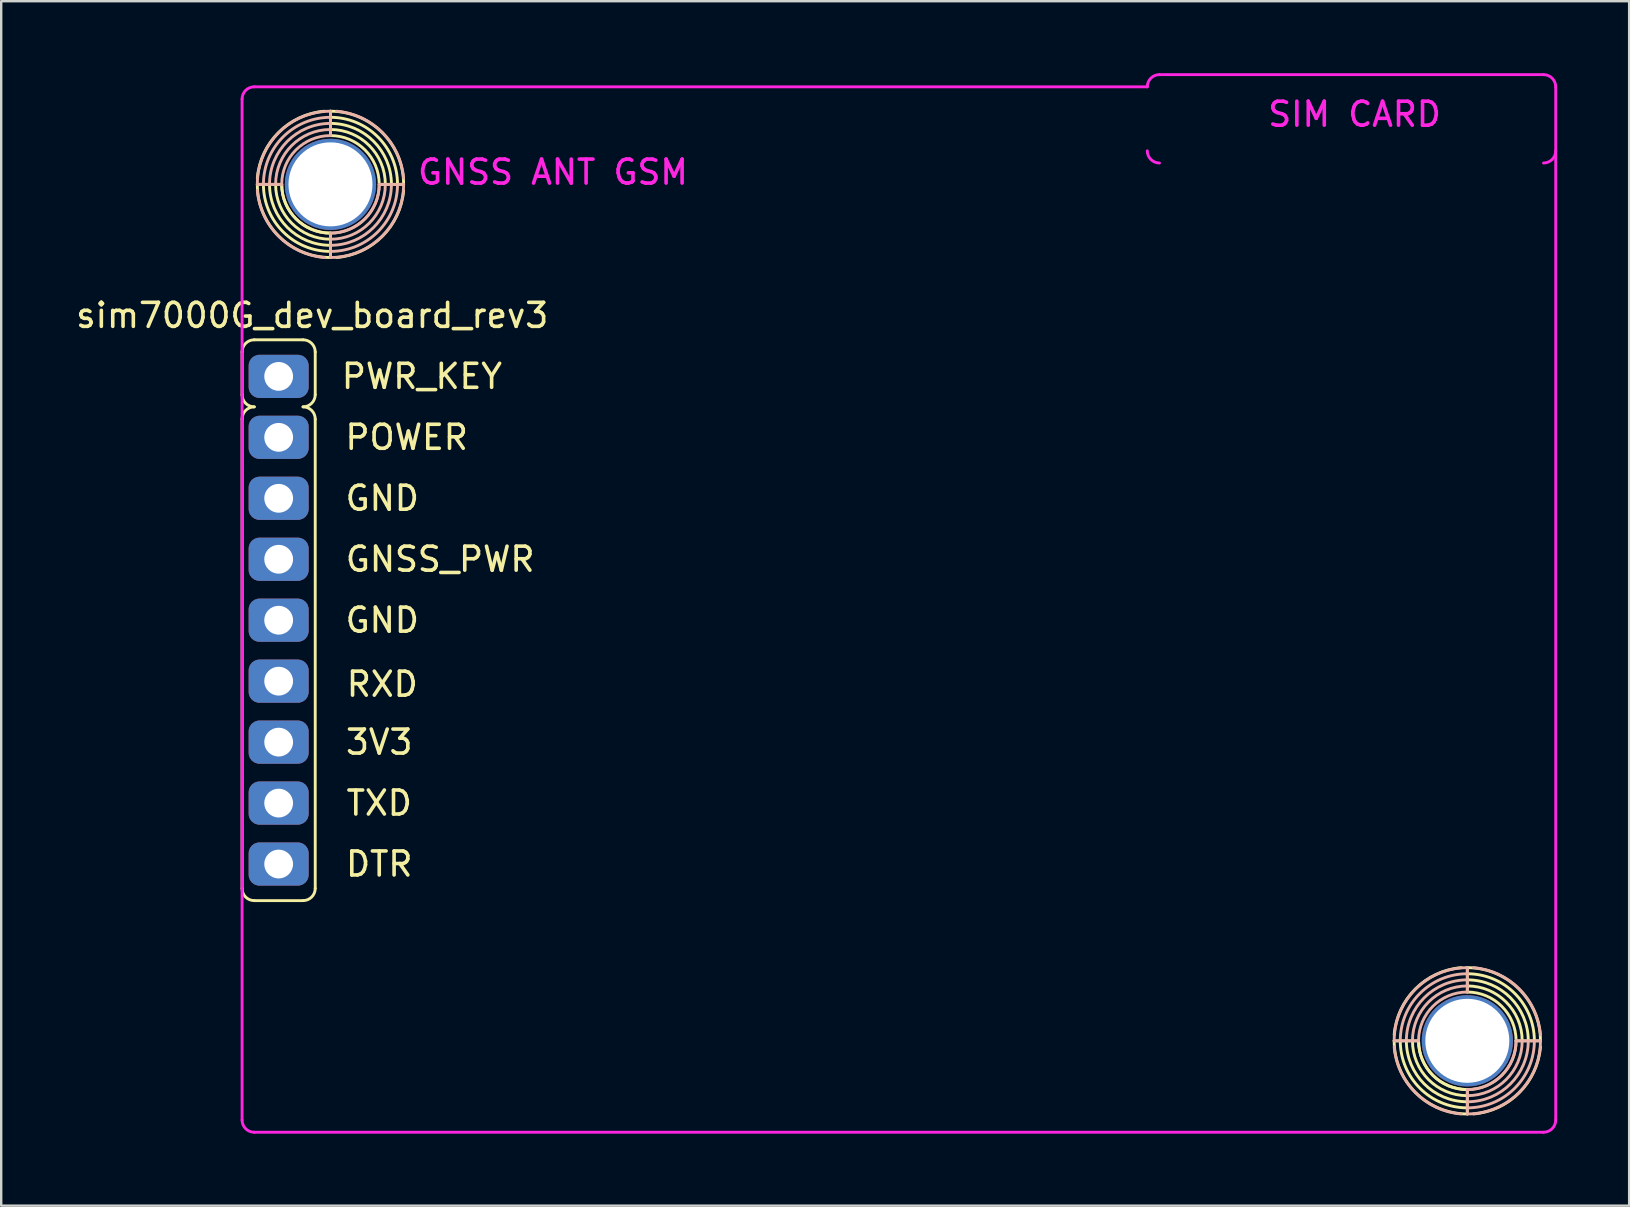
<source format=kicad_pcb>
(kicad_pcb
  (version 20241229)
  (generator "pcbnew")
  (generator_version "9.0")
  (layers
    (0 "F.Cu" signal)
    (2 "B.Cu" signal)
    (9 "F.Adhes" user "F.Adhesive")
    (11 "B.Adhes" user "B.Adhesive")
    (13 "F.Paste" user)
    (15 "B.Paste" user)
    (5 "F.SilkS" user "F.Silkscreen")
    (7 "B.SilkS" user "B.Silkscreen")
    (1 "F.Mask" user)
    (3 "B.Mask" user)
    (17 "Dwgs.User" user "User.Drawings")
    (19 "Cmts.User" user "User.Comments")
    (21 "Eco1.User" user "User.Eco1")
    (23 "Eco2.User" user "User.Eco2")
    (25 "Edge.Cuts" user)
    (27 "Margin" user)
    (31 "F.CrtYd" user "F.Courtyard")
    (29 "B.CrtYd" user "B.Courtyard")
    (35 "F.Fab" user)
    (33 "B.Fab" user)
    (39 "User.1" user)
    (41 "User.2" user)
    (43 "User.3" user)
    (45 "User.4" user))
  (footprint "sim7000G_dev_board_rev3"
    (layer "F.Cu")
    (at 8.561 12.633)
    (property "Reference" "sim7000G_dev_board_rev3" (at 1.397 -2.54 0) (layer "F.SilkS") (effects (font (size 1 1) (thickness 0.15))))
    (attr through_hole)
    (fp_line (start -1.524 -1.016) (end -1.524 0.762) (stroke (width 0.12) (type solid)) (layer "F.SilkS"))
    (fp_line (start -1.524 1.778) (end -1.524 21.336) (stroke (width 0.12) (type solid)) (layer "F.SilkS"))
    (fp_line (start -1.016 -1.524) (end 1.016 -1.524) (stroke (width 0.12) (type solid)) (layer "F.SilkS"))
    (fp_line (start -1.016 21.844) (end 1.016 21.844) (stroke (width 0.12) (type solid)) (layer "F.SilkS"))
    (fp_line (start -0.889 -8.001) (end 0.127 -8.001) (stroke (width 0.12) (type solid)) (layer "F.SilkS"))
    (fp_line (start 1.524 -1.016) (end 1.524 0.762) (stroke (width 0.12) (type solid)) (layer "F.SilkS"))
    (fp_line (start 1.524 21.336) (end 1.524 1.778) (stroke (width 0.12) (type solid)) (layer "F.SilkS"))
    (fp_line (start 2.159 -11.049) (end 2.159 -10.033) (stroke (width 0.12) (type solid)) (layer "F.SilkS"))
    (fp_line (start 2.159 -4.953) (end 2.159 -5.969) (stroke (width 0.12) (type solid)) (layer "F.SilkS"))
    (fp_line (start 5.207 -8.001) (end 4.191 -8.001) (stroke (width 0.12) (type solid)) (layer "F.SilkS"))
    (fp_line (start 46.482 27.686) (end 47.498 27.686) (stroke (width 0.12) (type solid)) (layer "F.SilkS"))
    (fp_line (start 49.53 24.638) (end 49.53 25.654) (stroke (width 0.12) (type solid)) (layer "F.SilkS"))
    (fp_line (start 49.53 30.734) (end 49.53 29.718) (stroke (width 0.12) (type solid)) (layer "F.SilkS"))
    (fp_line (start 52.578 27.686) (end 51.562 27.686) (stroke (width 0.12) (type solid)) (layer "F.SilkS"))
    (fp_arc (start -1.524 -1.016) (mid -1.37521 -1.37521) (end -1.016 -1.524) (stroke (width 0.12) (type solid)) (layer "F.SilkS"))
    (fp_arc (start -1.524 1.778) (mid -1.37521 1.41879) (end -1.016 1.27) (stroke (width 0.12) (type solid)) (layer "F.SilkS"))
    (fp_arc (start -1.016 1.27) (mid -1.37521 1.12121) (end -1.524 0.762) (stroke (width 0.12) (type solid)) (layer "F.SilkS"))
    (fp_arc (start -1.016 21.844) (mid -1.37521 21.69521) (end -1.524 21.336) (stroke (width 0.12) (type solid)) (layer "F.SilkS"))
    (fp_arc (start -0.889 -8.255) (mid -0.003732 -10.163732) (end 1.905 -11.049) (stroke (width 0.12) (type solid)) (layer "F.SilkS"))
    (fp_arc (start 1.016 -1.524) (mid 1.37521 -1.37521) (end 1.524 -1.016) (stroke (width 0.12) (type solid)) (layer "F.SilkS"))
    (fp_arc (start 1.016 1.27) (mid 1.37521 1.41879) (end 1.524 1.778) (stroke (width 0.12) (type solid)) (layer "F.SilkS"))
    (fp_arc (start 1.524 0.762) (mid 1.37521 1.12121) (end 1.016 1.27) (stroke (width 0.12) (type solid)) (layer "F.SilkS"))
    (fp_arc (start 1.524 21.336) (mid 1.37521 21.69521) (end 1.016 21.844) (stroke (width 0.12) (type solid)) (layer "F.SilkS"))
    (fp_arc (start 2.159 -11.049) (mid 4.314261 -10.156261) (end 5.207 -8.001) (stroke (width 0.12) (type solid)) (layer "F.SilkS"))
    (fp_arc (start 2.159 -10.795) (mid 4.134656 -9.976656) (end 4.953 -8.001) (stroke (width 0.12) (type solid)) (layer "F.SilkS"))
    (fp_arc (start 2.159 -10.541) (mid 3.955051 -9.797051) (end 4.699 -8.001) (stroke (width 0.12) (type solid)) (layer "F.SilkS"))
    (fp_arc (start 2.159 -10.287) (mid 3.775446 -9.617446) (end 4.445 -8.001) (stroke (width 0.12) (type solid)) (layer "F.SilkS"))
    (fp_arc (start 2.159 -10.033) (mid 3.595841 -9.437841) (end 4.191 -8.001) (stroke (width 0.12) (type solid)) (layer "F.SilkS"))
    (fp_arc (start 2.159 -5.969) (mid 0.722159 -6.564159) (end 0.127 -8.001) (stroke (width 0.12) (type solid)) (layer "F.SilkS"))
    (fp_arc (start 2.159 -5.969) (mid 0.722159 -6.564159) (end 0.127 -8.001) (stroke (width 0.12) (type solid)) (layer "F.SilkS"))
    (fp_arc (start 2.159 -5.715) (mid 0.542554 -6.384554) (end -0.127 -8.001) (stroke (width 0.12) (type solid)) (layer "F.SilkS"))
    (fp_arc (start 2.159 -5.461) (mid 0.362949 -6.204949) (end -0.381 -8.001) (stroke (width 0.12) (type solid)) (layer "F.SilkS"))
    (fp_arc (start 2.159 -5.207) (mid 0.183344 -6.025344) (end -0.635 -8.001) (stroke (width 0.12) (type solid)) (layer "F.SilkS"))
    (fp_arc (start 2.159 -4.953) (mid 0.003739 -5.845739) (end -0.889 -8.001) (stroke (width 0.12) (type solid)) (layer "F.SilkS"))
    (fp_arc (start 5.207 -7.747) (mid 4.321732 -5.838268) (end 2.413 -4.953) (stroke (width 0.12) (type solid)) (layer "F.SilkS"))
    (fp_arc (start 46.482 27.432) (mid 47.367268 25.523268) (end 49.276 24.638) (stroke (width 0.12) (type solid)) (layer "F.SilkS"))
    (fp_arc (start 49.53 24.638) (mid 51.685261 25.530739) (end 52.578 27.686) (stroke (width 0.12) (type solid)) (layer "F.SilkS"))
    (fp_arc (start 49.53 24.892) (mid 51.505656 25.710344) (end 52.324 27.686) (stroke (width 0.12) (type solid)) (layer "F.SilkS"))
    (fp_arc (start 49.53 25.146) (mid 51.326051 25.889949) (end 52.07 27.686) (stroke (width 0.12) (type solid)) (layer "F.SilkS"))
    (fp_arc (start 49.53 25.4) (mid 51.146446 26.069554) (end 51.816 27.686) (stroke (width 0.12) (type solid)) (layer "F.SilkS"))
    (fp_arc (start 49.53 25.654) (mid 50.966841 26.249159) (end 51.562 27.686) (stroke (width 0.12) (type solid)) (layer "F.SilkS"))
    (fp_arc (start 49.53 29.718) (mid 48.093159 29.122841) (end 47.498 27.686) (stroke (width 0.12) (type solid)) (layer "F.SilkS"))
    (fp_arc (start 49.53 29.718) (mid 48.093159 29.122841) (end 47.498 27.686) (stroke (width 0.12) (type solid)) (layer "F.SilkS"))
    (fp_arc (start 49.53 29.972) (mid 47.913554 29.302446) (end 47.244 27.686) (stroke (width 0.12) (type solid)) (layer "F.SilkS"))
    (fp_arc (start 49.53 30.226) (mid 47.733949 29.482051) (end 46.99 27.686) (stroke (width 0.12) (type solid)) (layer "F.SilkS"))
    (fp_arc (start 49.53 30.48) (mid 47.554344 29.661656) (end 46.736 27.686) (stroke (width 0.12) (type solid)) (layer "F.SilkS"))
    (fp_arc (start 49.53 30.734) (mid 47.374739 29.841261) (end 46.482 27.686) (stroke (width 0.12) (type solid)) (layer "F.SilkS"))
    (fp_arc (start 52.578 27.94) (mid 51.692732 29.848732) (end 49.784 30.734) (stroke (width 0.12) (type solid)) (layer "F.SilkS"))
    (fp_line (start -0.889 -8.001) (end 0.127 -8.001) (stroke (width 0.12) (type solid)) (layer "B.SilkS"))
    (fp_line (start 2.159 -11.049) (end 2.159 -10.033) (stroke (width 0.12) (type solid)) (layer "B.SilkS"))
    (fp_line (start 2.159 -4.953) (end 2.159 -5.969) (stroke (width 0.12) (type solid)) (layer "B.SilkS"))
    (fp_line (start 5.207 -8.001) (end 4.191 -8.001) (stroke (width 0.12) (type solid)) (layer "B.SilkS"))
    (fp_line (start 46.482 27.686) (end 47.498 27.686) (stroke (width 0.12) (type solid)) (layer "B.SilkS"))
    (fp_line (start 49.53 24.638) (end 49.53 25.654) (stroke (width 0.12) (type solid)) (layer "B.SilkS"))
    (fp_line (start 49.53 30.734) (end 49.53 29.718) (stroke (width 0.12) (type solid)) (layer "B.SilkS"))
    (fp_line (start 52.578 27.686) (end 51.562 27.686) (stroke (width 0.12) (type solid)) (layer "B.SilkS"))
    (fp_arc (start -0.889 -8.001) (mid 0.003739 -10.156261) (end 2.159 -11.049) (stroke (width 0.12) (type solid)) (layer "B.SilkS"))
    (fp_arc (start -0.635 -8.001) (mid 0.183344 -9.976656) (end 2.159 -10.795) (stroke (width 0.12) (type solid)) (layer "B.SilkS"))
    (fp_arc (start -0.381 -8.001) (mid 0.362949 -9.797051) (end 2.159 -10.541) (stroke (width 0.12) (type solid)) (layer "B.SilkS"))
    (fp_arc (start -0.127 -8.001) (mid 0.542554 -9.617446) (end 2.159 -10.287) (stroke (width 0.12) (type solid)) (layer "B.SilkS"))
    (fp_arc (start 0.127 -8.001) (mid 0.722159 -9.437841) (end 2.159 -10.033) (stroke (width 0.12) (type solid)) (layer "B.SilkS"))
    (fp_arc (start 1.905 -4.953) (mid -0.003732 -5.838268) (end -0.889 -7.747) (stroke (width 0.12) (type solid)) (layer "B.SilkS"))
    (fp_arc (start 2.413 -11.049) (mid 4.321732 -10.163732) (end 5.207 -8.255) (stroke (width 0.12) (type solid)) (layer "B.SilkS"))
    (fp_arc (start 4.191 -8.001) (mid 3.595841 -6.564159) (end 2.159 -5.969) (stroke (width 0.12) (type solid)) (layer "B.SilkS"))
    (fp_arc (start 4.191 -8.001) (mid 3.595841 -6.564159) (end 2.159 -5.969) (stroke (width 0.12) (type solid)) (layer "B.SilkS"))
    (fp_arc (start 4.445 -8.001) (mid 3.775446 -6.384554) (end 2.159 -5.715) (stroke (width 0.12) (type solid)) (layer "B.SilkS"))
    (fp_arc (start 4.699 -8.001) (mid 3.955051 -6.204949) (end 2.159 -5.461) (stroke (width 0.12) (type solid)) (layer "B.SilkS"))
    (fp_arc (start 4.953 -8.001) (mid 4.134656 -6.025344) (end 2.159 -5.207) (stroke (width 0.12) (type solid)) (layer "B.SilkS"))
    (fp_arc (start 5.207 -8.001) (mid 4.314261 -5.845739) (end 2.159 -4.953) (stroke (width 0.12) (type solid)) (layer "B.SilkS"))
    (fp_arc (start 46.482 27.686) (mid 47.374739 25.530739) (end 49.53 24.638) (stroke (width 0.12) (type solid)) (layer "B.SilkS"))
    (fp_arc (start 46.736 27.686) (mid 47.554344 25.710344) (end 49.53 24.892) (stroke (width 0.12) (type solid)) (layer "B.SilkS"))
    (fp_arc (start 46.99 27.686) (mid 47.733949 25.889949) (end 49.53 25.146) (stroke (width 0.12) (type solid)) (layer "B.SilkS"))
    (fp_arc (start 47.244 27.686) (mid 47.913554 26.069554) (end 49.53 25.4) (stroke (width 0.12) (type solid)) (layer "B.SilkS"))
    (fp_arc (start 47.498 27.686) (mid 48.093159 26.249159) (end 49.53 25.654) (stroke (width 0.12) (type solid)) (layer "B.SilkS"))
    (fp_arc (start 49.276 30.734) (mid 47.367268 29.848732) (end 46.482 27.94) (stroke (width 0.12) (type solid)) (layer "B.SilkS"))
    (fp_arc (start 49.784 24.638) (mid 51.692732 25.523268) (end 52.578 27.432) (stroke (width 0.12) (type solid)) (layer "B.SilkS"))
    (fp_arc (start 51.562 27.686) (mid 50.966841 29.122841) (end 49.53 29.718) (stroke (width 0.12) (type solid)) (layer "B.SilkS"))
    (fp_arc (start 51.562 27.686) (mid 50.966841 29.122841) (end 49.53 29.718) (stroke (width 0.12) (type solid)) (layer "B.SilkS"))
    (fp_arc (start 51.816 27.686) (mid 51.146446 29.302446) (end 49.53 29.972) (stroke (width 0.12) (type solid)) (layer "B.SilkS"))
    (fp_arc (start 52.07 27.686) (mid 51.326051 29.482051) (end 49.53 30.226) (stroke (width 0.12) (type solid)) (layer "B.SilkS"))
    (fp_arc (start 52.324 27.686) (mid 51.505656 29.661656) (end 49.53 30.48) (stroke (width 0.12) (type solid)) (layer "B.SilkS"))
    (fp_arc (start 52.578 27.686) (mid 51.685261 29.841261) (end 49.53 30.734) (stroke (width 0.12) (type solid)) (layer "B.SilkS"))
    (fp_line (start -1.524 30.988) (end -1.524 -11.557) (stroke (width 0.12) (type solid)) (layer "F.CrtYd"))
    (fp_line (start -1.016 -12.065) (end 36.195 -12.065) (stroke (width 0.12) (type solid)) (layer "F.CrtYd"))
    (fp_line (start -1.016 31.496) (end 52.705 31.496) (stroke (width 0.12) (type solid)) (layer "F.CrtYd"))
    (fp_line (start 36.703 -12.573) (end 52.705 -12.573) (stroke (width 0.12) (type solid)) (layer "F.CrtYd"))
    (fp_line (start 53.213 30.988) (end 53.213 -12.065) (stroke (width 0.12) (type solid)) (layer "F.CrtYd"))
    (fp_arc (start -1.524 -11.557) (mid -1.37521 -11.91621) (end -1.016 -12.065) (stroke (width 0.12) (type solid)) (layer "F.CrtYd"))
    (fp_arc (start -1.016 31.496) (mid -1.37521 31.34721) (end -1.524 30.988) (stroke (width 0.12) (type solid)) (layer "F.CrtYd"))
    (fp_arc (start 36.195 -12.065) (mid 36.34379 -12.42421) (end 36.703 -12.573) (stroke (width 0.12) (type solid)) (layer "F.CrtYd"))
    (fp_arc (start 36.703 -8.89) (mid 36.34379 -9.03879) (end 36.195 -9.398) (stroke (width 0.12) (type solid)) (layer "F.CrtYd"))
    (fp_arc (start 52.705 -12.573) (mid 53.06421 -12.42421) (end 53.213 -12.065) (stroke (width 0.12) (type solid)) (layer "F.CrtYd"))
    (fp_arc (start 53.213 -9.398) (mid 53.06421 -9.03879) (end 52.705 -8.89) (stroke (width 0.12) (type solid)) (layer "F.CrtYd"))
    (fp_arc (start 53.213 30.988) (mid 53.06421 31.34721) (end 52.705 31.496) (stroke (width 0.12) (type solid)) (layer "F.CrtYd"))
    (fp_text user "GNSS_PWR" (at 6.731 7.62 0) (layer "F.SilkS") (effects (font (size 1 1) (thickness 0.15))))
    (fp_text user "3V3" (at 4.191 15.24 0) (layer "F.SilkS") (effects (font (size 1 1) (thickness 0.15))))
    (fp_text user "DTR" (at 4.191 20.32 0) (layer "F.SilkS") (effects (font (size 1 1) (thickness 0.15))))
    (fp_text user "PWR_KEY" (at 5.969 0 0) (layer "F.SilkS") (effects (font (size 1 1) (thickness 0.15))))
    (fp_text user "GND" (at 4.318 5.08 0) (layer "F.SilkS") (effects (font (size 1 1) (thickness 0.15))))
    (fp_text user "TXD" (at 4.191 17.78 0) (layer "F.SilkS") (effects (font (size 1 1) (thickness 0.15))))
    (fp_text user "GND" (at 4.318 10.16 0) (layer "F.SilkS") (effects (font (size 1 1) (thickness 0.15))))
    (fp_text user "POWER" (at 5.334 2.54 0) (layer "F.SilkS") (effects (font (size 1 1) (thickness 0.15))))
    (fp_text user "RXD" (at 4.318 12.827 0) (layer "F.SilkS") (effects (font (size 1 1) (thickness 0.15))))
    (fp_text user "GNSS ANT GSM" (at 11.43 -8.509 0) (layer "F.CrtYd") (effects (font (size 1 1) (thickness 0.15))))
    (fp_text user "SIM CARD" (at 44.831 -10.922 0) (layer "F.CrtYd") (effects (font (size 1 1) (thickness 0.15))))
    (pad "" thru_hole oval (at 2.159 -8.001) (size 3.8 3.8) (drill 3.5) (layers "*.Cu" "*.Mask"))
    (pad "" thru_hole oval (at 49.53 27.686) (size 3.8 3.8) (drill 3.5) (layers "*.Cu" "*.Mask"))
    (pad "1" thru_hole roundrect (at 0 0) (size 2.5 1.8) (drill 1.2) (layers "*.Cu" "*.Mask") (roundrect_rratio 0.25))
    (pad "2" thru_hole roundrect (at 0 2.54) (size 2.5 1.8) (drill 1.2) (layers "*.Cu" "*.Mask") (roundrect_rratio 0.25))
    (pad "3" thru_hole roundrect (at 0 5.08) (size 2.5 1.8) (drill 1.2) (layers "*.Cu" "*.Mask") (roundrect_rratio 0.25))
    (pad "4" thru_hole roundrect (at 0 7.62) (size 2.5 1.8) (drill 1.2) (layers "*.Cu" "*.Mask") (roundrect_rratio 0.25))
    (pad "5" thru_hole roundrect (at 0 10.16) (size 2.5 1.8) (drill 1.2) (layers "*.Cu" "*.Mask") (roundrect_rratio 0.25))
    (pad "6" thru_hole roundrect (at 0 12.7) (size 2.5 1.8) (drill 1.2) (layers "*.Cu" "*.Mask") (roundrect_rratio 0.25))
    (pad "7" thru_hole roundrect (at 0 15.24) (size 2.5 1.8) (drill 1.2) (layers "*.Cu" "*.Mask") (roundrect_rratio 0.25))
    (pad "8" thru_hole roundrect (at 0 17.78) (size 2.5 1.8) (drill 1.2) (layers "*.Cu" "*.Mask") (roundrect_rratio 0.25))
    (pad "9" thru_hole roundrect (at 0 20.32) (size 2.5 1.8) (drill 1.2) (layers "*.Cu" "*.Mask") (roundrect_rratio 0.25)))
  (gr_rect
    (start -3 -3)
    (end 64.834 47.189)
    (stroke (width 0.1) (type default))
    (fill no)
    (layer "Edge.Cuts")))
</source>
